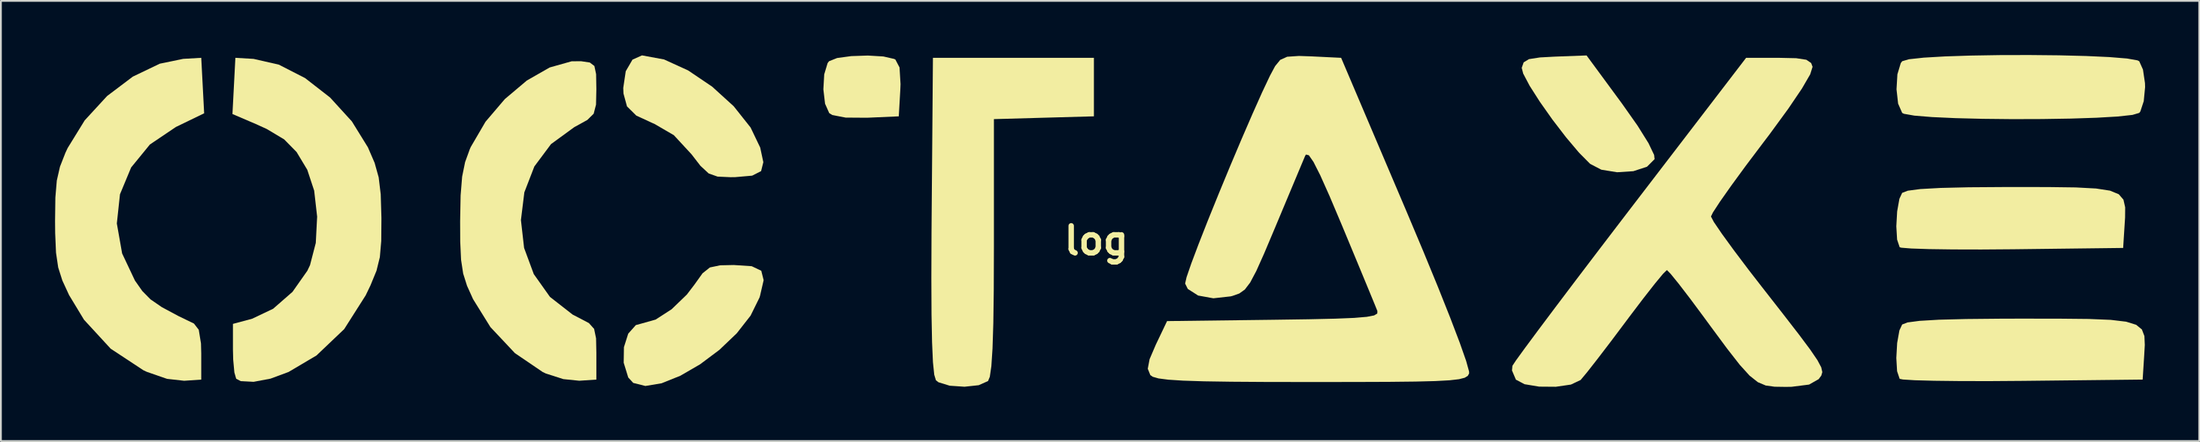
<source format=kicad_pcb>
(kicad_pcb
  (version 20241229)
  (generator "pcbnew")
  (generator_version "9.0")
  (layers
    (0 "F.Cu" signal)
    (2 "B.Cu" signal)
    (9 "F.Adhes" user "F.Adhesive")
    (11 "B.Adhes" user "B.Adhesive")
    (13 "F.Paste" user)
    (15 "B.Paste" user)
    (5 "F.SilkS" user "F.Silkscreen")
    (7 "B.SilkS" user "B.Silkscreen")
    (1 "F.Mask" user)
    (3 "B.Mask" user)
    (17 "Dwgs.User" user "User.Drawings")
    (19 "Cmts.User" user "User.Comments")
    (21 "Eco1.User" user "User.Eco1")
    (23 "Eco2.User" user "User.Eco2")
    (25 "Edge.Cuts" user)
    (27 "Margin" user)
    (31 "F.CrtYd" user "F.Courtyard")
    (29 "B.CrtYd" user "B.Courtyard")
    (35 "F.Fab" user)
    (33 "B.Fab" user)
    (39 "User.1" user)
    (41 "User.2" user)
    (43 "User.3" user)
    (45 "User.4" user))
  (footprint "log"
    (layer "F.Cu")
    (at 57.682 10.288)
    (property "Reference" "log" (at 0 0 0) (layer "F.SilkS") (effects (font (size 1.5 1.5) (thickness 0.3))))
    (attr board_only exclude_from_pos_files exclude_from_bom)
    (fp_poly (pts (xy -11.796 -10.208) (xy -11.197 -10.071) (xy -11.131 -10.036) (xy -10.902 -9.599) (xy -10.847 -8.675) (xy -10.86 -8.351) (xy -10.944 -6.89) (xy -12.703 -6.812) (xy -13.888 -6.82) (xy -14.625 -6.962) (xy -14.797 -7.069) (xy -15.028 -7.589) (xy -15.121 -8.386) (xy -15.074 -9.217) (xy -14.887 -9.839) (xy -14.808 -9.944) (xy -14.361 -10.122) (xy -13.577 -10.228) (xy -12.656 -10.259)) (stroke (width 0) (type solid)) (fill yes) (layer "F.SilkS"))
    (fp_poly (pts (xy 29.119 -7.596) (xy 29.983 -6.37) (xy 30.587 -5.402) (xy 30.898 -4.751) (xy 30.924 -4.517) (xy 30.504 -4.097) (xy 29.75 -3.85) (xy 28.846 -3.791) (xy 27.974 -3.932) (xy 27.352 -4.256) (xy 26.735 -4.879) (xy 26.014 -5.734) (xy 25.265 -6.71) (xy 24.569 -7.696) (xy 24.003 -8.582) (xy 23.646 -9.258) (xy 23.564 -9.577) (xy 23.671 -9.882) (xy 23.967 -10.061) (xy 24.576 -10.155) (xy 25.4 -10.199) (xy 27.156 -10.265)) (stroke (width 0) (type solid)) (fill yes) (layer "F.SilkS"))
    (fp_poly (pts (xy -23.948 -10.043) (xy -22.611 -9.433) (xy -21.282 -8.535) (xy -20.088 -7.449) (xy -19.153 -6.271) (xy -18.62 -5.159) (xy -18.447 -4.348) (xy -18.571 -3.854) (xy -19.066 -3.602) (xy -20.006 -3.52) (xy -20.266 -3.517) (xy -20.981 -3.549) (xy -21.474 -3.723) (xy -21.93 -4.146) (xy -22.428 -4.789) (xy -23.404 -5.845) (xy -24.488 -6.476) (xy -24.544 -6.497) (xy -25.486 -6.932) (xy -26 -7.441) (xy -26.194 -8.153) (xy -26.207 -8.462) (xy -26.069 -9.389) (xy -25.695 -10.033) (xy -25.168 -10.268)) (stroke (width 0) (type solid)) (fill yes) (layer "F.SilkS"))
    (fp_poly (pts (xy -0.135 -8.512) (xy -0.135 -6.89) (xy -2.905 -6.813) (xy -5.674 -6.736) (xy -5.674 0.361) (xy -5.682 2.721) (xy -5.707 4.58) (xy -5.751 5.978) (xy -5.815 6.953) (xy -5.901 7.545) (xy -5.999 7.782) (xy -6.515 8.012) (xy -7.301 8.097) (xy -8.123 8.041) (xy -8.747 7.849) (xy -8.888 7.736) (xy -8.98 7.43) (xy -9.051 6.74) (xy -9.1 5.638) (xy -9.13 4.094) (xy -9.139 2.078) (xy -9.13 -0.438) (xy -9.123 -1.383) (xy -9.052 -10.133) (xy -4.594 -10.133) (xy -0.135 -10.133)) (stroke (width 0) (type solid)) (fill yes) (layer "F.SilkS"))
    (fp_poly (pts (xy -19.091 1.417) (xy -18.561 1.669) (xy -18.43 2.191) (xy -18.632 3.067) (xy -18.662 3.16) (xy -19.153 4.156) (xy -19.92 5.137) (xy -20.881 6.054) (xy -21.95 6.854) (xy -23.045 7.489) (xy -24.083 7.906) (xy -24.981 8.055) (xy -25.654 7.886) (xy -25.931 7.584) (xy -26.182 6.767) (xy -26.169 5.905) (xy -25.932 5.157) (xy -25.51 4.681) (xy -25.188 4.593) (xy -24.415 4.376) (xy -23.529 3.804) (xy -22.685 2.99) (xy -22.267 2.442) (xy -21.814 1.809) (xy -21.406 1.485) (xy -20.836 1.367) (xy -20.086 1.351)) (stroke (width 0) (type solid)) (fill yes) (layer "F.SilkS"))
    (fp_poly (pts (xy 52.706 -2.97) (xy 54.249 -2.95) (xy 55.376 -2.89) (xy 56.152 -2.771) (xy 56.638 -2.571) (xy 56.897 -2.27) (xy 56.992 -1.847) (xy 56.987 -1.281) (xy 56.963 -0.899) (xy 56.88 0.405) (xy 50.782 0.478) (xy 49.019 0.491) (xy 47.439 0.487) (xy 46.122 0.469) (xy 45.147 0.436) (xy 44.594 0.392) (xy 44.5 0.365) (xy 44.358 -0.058) (xy 44.315 -0.793) (xy 44.361 -1.62) (xy 44.486 -2.321) (xy 44.639 -2.648) (xy 44.952 -2.768) (xy 45.644 -2.859) (xy 46.754 -2.921) (xy 48.322 -2.958) (xy 50.386 -2.972) (xy 50.686 -2.972)) (stroke (width 0) (type solid)) (fill yes) (layer "F.SilkS"))
    (fp_poly (pts (xy 53.341 4.325) (xy 54.975 4.341) (xy 56.19 4.391) (xy 57.045 4.492) (xy 57.601 4.664) (xy 57.919 4.924) (xy 58.058 5.29) (xy 58.079 5.782) (xy 58.044 6.397) (xy 57.961 7.701) (xy 51.323 7.773) (xy 49.48 7.786) (xy 47.819 7.783) (xy 46.416 7.767) (xy 45.345 7.738) (xy 44.682 7.697) (xy 44.5 7.661) (xy 44.357 7.237) (xy 44.315 6.503) (xy 44.361 5.676) (xy 44.486 4.974) (xy 44.639 4.648) (xy 44.937 4.533) (xy 45.601 4.446) (xy 46.668 4.383) (xy 48.18 4.344) (xy 50.175 4.325) (xy 51.226 4.323)) (stroke (width 0) (type solid)) (fill yes) (layer "F.SilkS"))
    (fp_poly (pts (xy 53.312 -10.272) (xy 54.821 -10.234) (xy 56.113 -10.175) (xy 57.095 -10.095) (xy 57.672 -9.993) (xy 57.771 -9.944) (xy 57.978 -9.482) (xy 58.089 -8.735) (xy 58.096 -8.512) (xy 58.021 -7.731) (xy 57.835 -7.165) (xy 57.771 -7.08) (xy 57.396 -6.969) (xy 56.576 -6.88) (xy 55.404 -6.812) (xy 53.976 -6.765) (xy 52.386 -6.74) (xy 50.729 -6.735) (xy 49.099 -6.752) (xy 47.59 -6.79) (xy 46.297 -6.849) (xy 45.315 -6.929) (xy 44.739 -7.03) (xy 44.639 -7.08) (xy 44.414 -7.594) (xy 44.326 -8.388) (xy 44.374 -9.217) (xy 44.56 -9.837) (xy 44.639 -9.944) (xy 45.014 -10.054) (xy 45.835 -10.143) (xy 47.006 -10.211) (xy 48.434 -10.258) (xy 50.024 -10.284) (xy 51.682 -10.288)) (stroke (width 0) (type solid)) (fill yes) (layer "F.SilkS"))
    (fp_poly (pts (xy -49.503 -8.595) (xy -49.423 -7.058) (xy -50.99 -6.299) (xy -52.428 -5.329) (xy -53.467 -4.057) (xy -54.086 -2.569) (xy -54.26 -0.951) (xy -53.967 0.709) (xy -53.257 2.213) (xy -52.849 2.793) (xy -52.394 3.255) (xy -51.769 3.686) (xy -50.853 4.177) (xy -49.989 4.595) (xy -49.722 4.94) (xy -49.598 5.7) (xy -49.584 6.244) (xy -49.584 7.701) (xy -50.53 7.767) (xy -51.484 7.66) (xy -52.603 7.271) (xy -52.793 7.181) (xy -54.6 5.99) (xy -56.079 4.383) (xy -56.906 3.017) (xy -57.278 2.21) (xy -57.508 1.487) (xy -57.629 0.669) (xy -57.676 -0.425) (xy -57.682 -1.081) (xy -57.665 -2.386) (xy -57.585 -3.332) (xy -57.41 -4.098) (xy -57.109 -4.867) (xy -56.984 -5.134) (xy -56.04 -6.667) (xy -54.8 -8.015) (xy -53.375 -9.091) (xy -51.879 -9.808) (xy -50.588 -10.075) (xy -49.584 -10.133)) (stroke (width 0) (type solid)) (fill yes) (layer "F.SilkS"))
    (fp_poly (pts (xy -46.686 -10.074) (xy -45.284 -9.754) (xy -43.832 -9.01) (xy -42.446 -7.932) (xy -41.24 -6.609) (xy -40.352 -5.173) (xy -39.979 -4.31) (xy -39.755 -3.507) (xy -39.642 -2.569) (xy -39.604 -1.299) (xy -39.603 -1.211) (xy -39.613 0.021) (xy -39.69 0.914) (xy -39.876 1.668) (xy -40.211 2.484) (xy -40.476 3.034) (xy -41.665 4.904) (xy -43.199 6.364) (xy -44.748 7.28) (xy -45.746 7.649) (xy -46.683 7.825) (xy -47.397 7.787) (xy -47.648 7.656) (xy -47.749 7.304) (xy -47.814 6.596) (xy -47.828 6.045) (xy -47.828 4.614) (xy -46.761 4.327) (xy -45.602 3.776) (xy -44.53 2.84) (xy -43.707 1.67) (xy -43.559 1.359) (xy -43.239 0.126) (xy -43.164 -1.33) (xy -43.328 -2.77) (xy -43.711 -3.929) (xy -44.302 -4.911) (xy -44.991 -5.612) (xy -45.953 -6.187) (xy -46.558 -6.462) (xy -47.855 -7.018) (xy -47.774 -8.575) (xy -47.693 -10.133)) (stroke (width 0) (type solid)) (fill yes) (layer "F.SilkS"))
    (fp_poly (pts (xy -28.058 -9.872) (xy -27.806 -9.68) (xy -27.711 -9.229) (xy -27.697 -8.393) (xy -27.715 -7.539) (xy -27.845 -7.035) (xy -28.196 -6.69) (xy -28.879 -6.312) (xy -28.913 -6.295) (xy -30.207 -5.352) (xy -31.131 -4.113) (xy -31.686 -2.677) (xy -31.875 -1.14) (xy -31.7 0.403) (xy -31.163 1.855) (xy -30.266 3.119) (xy -29.012 4.098) (xy -28.666 4.277) (xy -28.109 4.57) (xy -27.821 4.891) (xy -27.713 5.414) (xy -27.697 6.217) (xy -27.697 7.701) (xy -28.643 7.765) (xy -29.526 7.675) (xy -30.491 7.366) (xy -30.666 7.284) (xy -32.209 6.235) (xy -33.565 4.792) (xy -34.526 3.244) (xy -34.861 2.502) (xy -35.074 1.828) (xy -35.191 1.064) (xy -35.238 0.049) (xy -35.243 -1.081) (xy -35.216 -2.507) (xy -35.132 -3.547) (xy -34.968 -4.353) (xy -34.704 -5.08) (xy -34.653 -5.193) (xy -33.836 -6.592) (xy -32.767 -7.846) (xy -31.548 -8.875) (xy -30.281 -9.599) (xy -29.068 -9.94) (xy -28.546 -9.945)) (stroke (width 0) (type solid)) (fill yes) (layer "F.SilkS"))
    (fp_poly (pts (xy 38.767 -10.112) (xy 39.33 -10.026) (xy 39.597 -9.845) (xy 39.675 -9.635) (xy 39.545 -9.219) (xy 39.088 -8.432) (xy 38.33 -7.312) (xy 37.295 -5.896) (xy 36.909 -5.387) (xy 35.976 -4.149) (xy 35.171 -3.048) (xy 34.546 -2.16) (xy 34.155 -1.561) (xy 34.047 -1.338) (xy 34.206 -1.035) (xy 34.647 -0.387) (xy 35.315 0.532) (xy 36.154 1.644) (xy 36.866 2.562) (xy 38.044 4.07) (xy 38.926 5.21) (xy 39.548 6.043) (xy 39.946 6.627) (xy 40.156 7.022) (xy 40.215 7.287) (xy 40.159 7.48) (xy 40.025 7.661) (xy 40.01 7.679) (xy 39.482 7.978) (xy 38.511 8.101) (xy 38.189 8.106) (xy 37.574 8.097) (xy 37.082 8.03) (xy 36.642 7.844) (xy 36.185 7.481) (xy 35.641 6.881) (xy 34.941 5.984) (xy 34.014 4.731) (xy 33.641 4.222) (xy 32.893 3.215) (xy 32.26 2.39) (xy 31.807 1.833) (xy 31.605 1.63) (xy 31.399 1.831) (xy 30.938 2.388) (xy 30.286 3.221) (xy 29.506 4.249) (xy 29.331 4.484) (xy 28.504 5.586) (xy 27.765 6.553) (xy 27.189 7.289) (xy 26.848 7.699) (xy 26.822 7.727) (xy 26.288 7.978) (xy 25.455 8.099) (xy 24.531 8.092) (xy 23.722 7.958) (xy 23.241 7.705) (xy 23.025 7.197) (xy 23.048 6.938) (xy 23.238 6.649) (xy 23.723 5.98) (xy 24.464 4.98) (xy 25.425 3.698) (xy 26.57 2.182) (xy 27.863 0.481) (xy 29.267 -1.357) (xy 29.591 -1.78) (xy 35.994 -10.133) (xy 37.787 -10.133)) (stroke (width 0) (type solid)) (fill yes) (layer "F.SilkS"))
    (fp_poly (pts (xy 11.928 -10.213) (xy 13.56 -10.133) (xy 17.18 -1.623) (xy 18.111 0.589) (xy 18.926 2.572) (xy 19.605 4.278) (xy 20.131 5.659) (xy 20.484 6.664) (xy 20.646 7.248) (xy 20.65 7.362) (xy 20.576 7.494) (xy 20.408 7.599) (xy 20.091 7.68) (xy 19.57 7.74) (xy 18.787 7.783) (xy 17.688 7.811) (xy 16.217 7.827) (xy 14.318 7.834) (xy 11.934 7.836) (xy 11.904 7.836) (xy 9.452 7.833) (xy 7.487 7.82) (xy 5.956 7.797) (xy 4.808 7.76) (xy 3.988 7.707) (xy 3.445 7.637) (xy 3.125 7.546) (xy 2.99 7.452) (xy 2.849 7.102) (xy 2.95 6.569) (xy 3.295 5.764) (xy 3.918 4.459) (xy 9.822 4.386) (xy 11.768 4.358) (xy 13.235 4.325) (xy 14.286 4.282) (xy 14.983 4.223) (xy 15.388 4.145) (xy 15.563 4.04) (xy 15.569 3.904) (xy 15.568 3.9) (xy 15.416 3.524) (xy 15.093 2.74) (xy 14.637 1.637) (xy 14.085 0.307) (xy 13.598 -0.865) (xy 12.916 -2.477) (xy 12.401 -3.628) (xy 12.028 -4.364) (xy 11.774 -4.731) (xy 11.614 -4.773) (xy 11.569 -4.704) (xy 11.388 -4.274) (xy 11.044 -3.453) (xy 10.581 -2.348) (xy 10.044 -1.065) (xy 9.881 -0.676) (xy 9.294 0.715) (xy 8.858 1.688) (xy 8.519 2.326) (xy 8.224 2.712) (xy 7.919 2.929) (xy 7.551 3.06) (xy 7.441 3.089) (xy 6.483 3.195) (xy 5.639 3.043) (xy 5.065 2.676) (xy 4.918 2.378) (xy 4.998 2.025) (xy 5.26 1.264) (xy 5.668 0.181) (xy 6.186 -1.137) (xy 6.78 -2.603) (xy 7.412 -4.132) (xy 8.048 -5.636) (xy 8.651 -7.028) (xy 9.185 -8.224) (xy 9.615 -9.135) (xy 9.903 -9.673) (xy 10.186 -10.019) (xy 10.572 -10.193) (xy 11.222 -10.237)) (stroke (width 0) (type solid)) (fill yes) (layer "F.SilkS")))
  (gr_rect
    (start -3 -3)
    (end 118.777 21.395)
    (stroke (width 0.1) (type default))
    (fill no)
    (layer "Edge.Cuts")))
</source>
